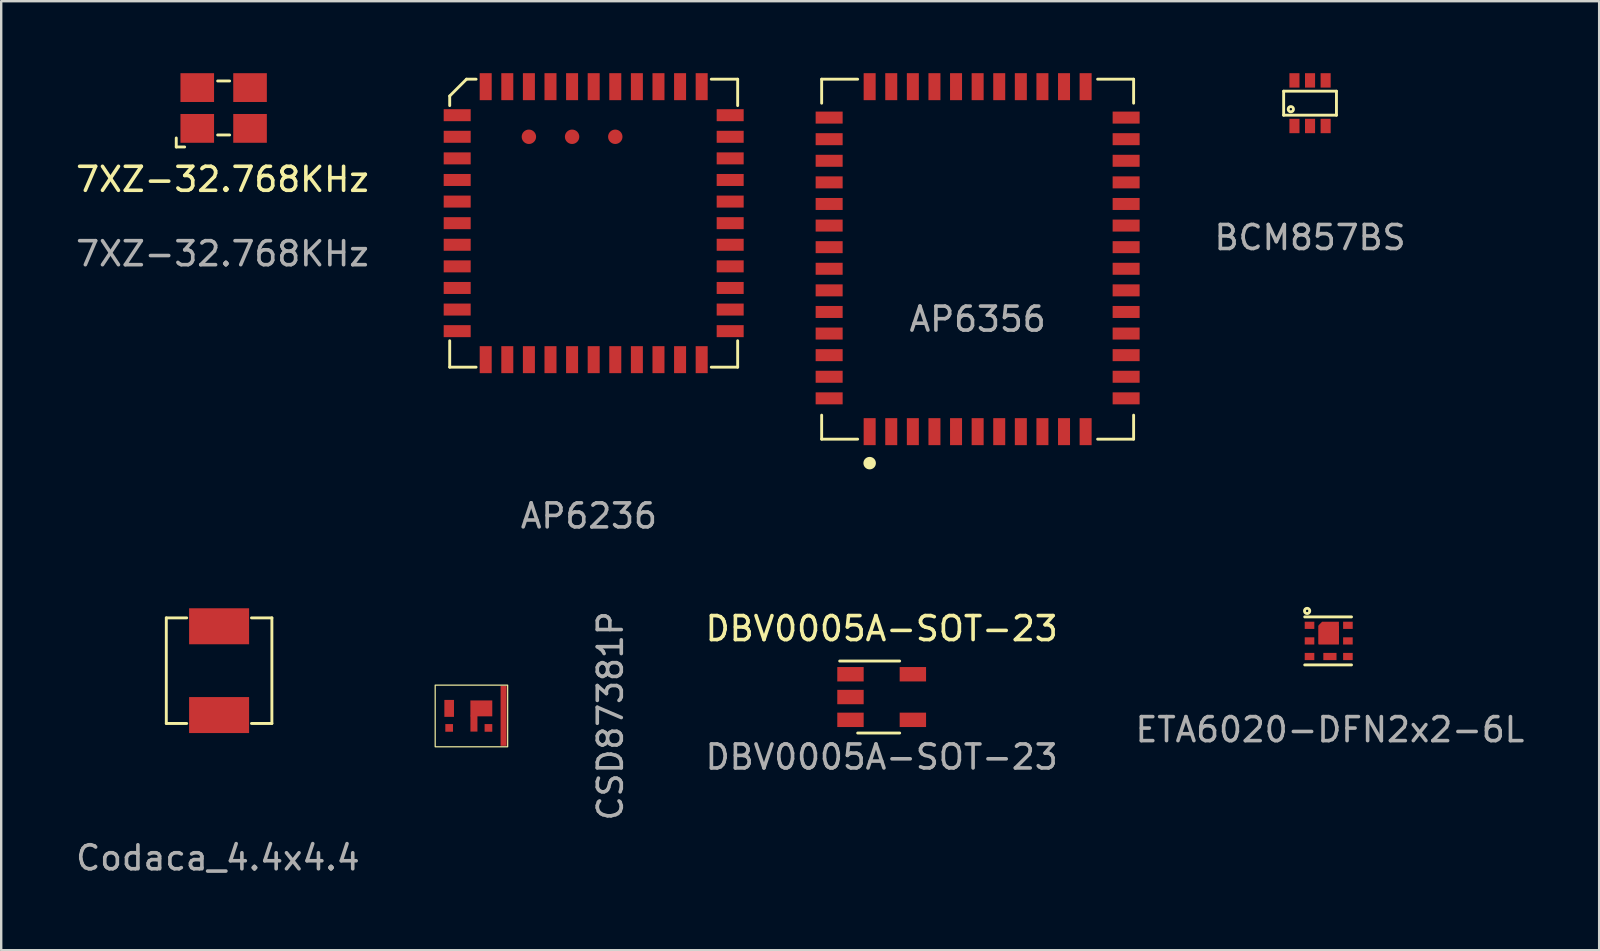
<source format=kicad_pcb>
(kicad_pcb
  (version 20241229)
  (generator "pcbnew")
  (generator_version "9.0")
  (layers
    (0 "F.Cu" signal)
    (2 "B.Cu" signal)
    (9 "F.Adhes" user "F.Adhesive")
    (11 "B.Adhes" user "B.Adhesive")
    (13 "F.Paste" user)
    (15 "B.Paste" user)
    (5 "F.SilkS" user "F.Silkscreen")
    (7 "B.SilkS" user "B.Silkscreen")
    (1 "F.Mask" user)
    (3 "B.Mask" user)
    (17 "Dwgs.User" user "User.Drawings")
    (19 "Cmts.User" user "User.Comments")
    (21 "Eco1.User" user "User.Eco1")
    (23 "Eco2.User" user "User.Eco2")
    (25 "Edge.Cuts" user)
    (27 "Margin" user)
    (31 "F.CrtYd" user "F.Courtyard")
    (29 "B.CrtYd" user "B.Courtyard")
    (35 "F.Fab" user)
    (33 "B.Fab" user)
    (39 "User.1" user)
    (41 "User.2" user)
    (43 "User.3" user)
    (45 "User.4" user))
  (footprint "BCM857BS"
    (layer "F.Cu")
    (at 51.542 1.25)
    (property "Reference" "BCM857BS" (at 0 2.6 0) (unlocked yes) (layer "User.1") (effects (font (size 1 1) (thickness 0.15))))
    (fp_line (start -1.1 -0.5) (end 1.1 -0.5) (stroke (width 0.12) (type solid)) (layer "F.SilkS"))
    (fp_line (start -1.1 0.5) (end -1.1 -0.5) (stroke (width 0.12) (type solid)) (layer "F.SilkS"))
    (fp_line (start -1.1 0.5) (end 1.1 0.5) (stroke (width 0.12) (type solid)) (layer "F.SilkS"))
    (fp_line (start 1.1 0.5) (end 1.1 -0.5) (stroke (width 0.12) (type solid)) (layer "F.SilkS"))
    (fp_circle (center -0.8 0.25) (end -0.75 0.25) (stroke (width 0.12) (type solid)) (fill no) (layer "F.SilkS"))
    (fp_text user "${REFERENCE}" (at 0 5.6 0) (unlocked yes) (layer "F.Fab") (effects (font (size 1 1) (thickness 0.15))))
    (pad "1" smd rect (at -0.65 0.95) (size 0.42 0.6) (layers "F.Cu" "F.Mask" "F.Paste"))
    (pad "2" smd rect (at 0 0.95) (size 0.42 0.6) (layers "F.Cu" "F.Mask" "F.Paste"))
    (pad "3" smd rect (at 0.65 0.95) (size 0.42 0.6) (layers "F.Cu" "F.Mask" "F.Paste"))
    (pad "4" smd rect (at 0.65 -0.95) (size 0.42 0.6) (layers "F.Cu" "F.Mask" "F.Paste"))
    (pad "5" smd rect (at 0 -0.95) (size 0.42 0.6) (layers "F.Cu" "F.Mask" "F.Paste"))
    (pad "6" smd rect (at -0.65 -0.95) (size 0.42 0.6) (layers "F.Cu" "F.Mask" "F.Paste")))
  (footprint "7XZ-32.768KHz"
    (layer "F.Cu")
    (at 6.27 1.45)
    (property "Reference" "7XZ-32.768KHz" (at -0.05 2.975 0) (unlocked yes) (layer "F.SilkS") (effects (font (size 1 1) (thickness 0.15))))
    (fp_line (start -1.975 1.25) (end -1.975 1.625) (stroke (width 0.12) (type solid)) (layer "F.SilkS"))
    (fp_line (start -1.975 1.625) (end -1.625 1.625) (stroke (width 0.12) (type solid)) (layer "F.SilkS"))
    (fp_line (start -0.25 -1.125) (end 0.25 -1.125) (stroke (width 0.12) (type solid)) (layer "F.SilkS"))
    (fp_line (start -0.25 1.125) (end 0.25 1.125) (stroke (width 0.12) (type solid)) (layer "F.SilkS"))
    (fp_text user "${REFERENCE}" (at -0.05 6.075 0) (unlocked yes) (layer "F.Fab") (effects (font (size 1 1) (thickness 0.15))))
    (pad "1" smd rect (at -1.1 0.85) (size 1.4 1.2) (layers "F.Cu" "F.Mask" "F.Paste"))
    (pad "2" smd rect (at 1.1 0.85) (size 1.4 1.2) (layers "F.Cu" "F.Mask" "F.Paste"))
    (pad "3" smd rect (at 1.1 -0.85) (size 1.4 1.2) (layers "F.Cu" "F.Mask" "F.Paste"))
    (pad "4" smd rect (at -1.1 -0.85) (size 1.4 1.2) (layers "F.Cu" "F.Mask" "F.Paste")))
  (footprint "AP6356"
    (layer "F.Cu")
    (at 37.69 7.75)
    (property "Reference" "AP6356" (at 0 -0.5 0) (unlocked yes) (layer "User.1") (effects (font (size 1 1) (thickness 0.15))))
    (fp_line (start -6.5 -7.5) (end -5 -7.5) (stroke (width 0.12) (type solid)) (layer "F.SilkS"))
    (fp_line (start -6.5 -6.5) (end -6.5 -7.5) (stroke (width 0.12) (type solid)) (layer "F.SilkS"))
    (fp_line (start -6.5 6.5) (end -6.5 7.5) (stroke (width 0.12) (type solid)) (layer "F.SilkS"))
    (fp_line (start -6.5 7.5) (end -5 7.5) (stroke (width 0.12) (type solid)) (layer "F.SilkS"))
    (fp_line (start 5 -7.5) (end 6.5 -7.5) (stroke (width 0.12) (type solid)) (layer "F.SilkS"))
    (fp_line (start 5 7.5) (end 6.5 7.5) (stroke (width 0.12) (type solid)) (layer "F.SilkS"))
    (fp_line (start 6.5 -7.5) (end 6.5 -6.5) (stroke (width 0.12) (type solid)) (layer "F.SilkS"))
    (fp_line (start 6.5 7.5) (end 6.5 6.5) (stroke (width 0.12) (type solid)) (layer "F.SilkS"))
    (fp_circle (center -4.5 8.5) (end -4.3 8.5) (stroke (width 0.12) (type solid)) (fill yes) (layer "F.SilkS"))
    (fp_text user "${REFERENCE}" (at 0 2.5 0) (unlocked yes) (layer "F.Fab") (effects (font (size 1 1) (thickness 0.15))))
    (pad "1" smd rect (at -4.5 7.188) (size 0.5 1.125) (layers "F.Cu" "F.Mask" "F.Paste"))
    (pad "2" smd rect (at -3.6 7.188) (size 0.5 1.125) (layers "F.Cu" "F.Mask" "F.Paste"))
    (pad "3" smd rect (at -2.7 7.188) (size 0.5 1.125) (layers "F.Cu" "F.Mask" "F.Paste"))
    (pad "4" smd rect (at -1.8 7.188) (size 0.5 1.125) (layers "F.Cu" "F.Mask" "F.Paste"))
    (pad "5" smd rect (at -0.9 7.188) (size 0.5 1.125) (layers "F.Cu" "F.Mask" "F.Paste"))
    (pad "6" smd rect (at 0 7.188) (size 0.5 1.125) (layers "F.Cu" "F.Mask" "F.Paste"))
    (pad "7" smd rect (at 0.9 7.188) (size 0.5 1.125) (layers "F.Cu" "F.Mask" "F.Paste"))
    (pad "8" smd rect (at 1.8 7.188) (size 0.5 1.125) (layers "F.Cu" "F.Mask" "F.Paste"))
    (pad "9" smd rect (at 2.7 7.188) (size 0.5 1.125) (layers "F.Cu" "F.Mask" "F.Paste"))
    (pad "10" smd rect (at 3.6 7.188) (size 0.5 1.125) (layers "F.Cu" "F.Mask" "F.Paste"))
    (pad "11" smd rect (at 4.5 7.188) (size 0.5 1.125) (layers "F.Cu" "F.Mask" "F.Paste"))
    (pad "12" smd rect (at 6.188 5.8 90) (size 0.5 1.125) (layers "F.Cu" "F.Mask" "F.Paste"))
    (pad "13" smd rect (at 6.188 4.9 90) (size 0.5 1.125) (layers "F.Cu" "F.Mask" "F.Paste"))
    (pad "14" smd rect (at 6.188 4 90) (size 0.5 1.125) (layers "F.Cu" "F.Mask" "F.Paste"))
    (pad "15" smd rect (at 6.188 3.1 90) (size 0.5 1.125) (layers "F.Cu" "F.Mask" "F.Paste"))
    (pad "16" smd rect (at 6.188 2.2 90) (size 0.5 1.125) (layers "F.Cu" "F.Mask" "F.Paste"))
    (pad "17" smd rect (at 6.188 1.3 90) (size 0.5 1.125) (layers "F.Cu" "F.Mask" "F.Paste"))
    (pad "18" smd rect (at 6.188 0.4 90) (size 0.5 1.125) (layers "F.Cu" "F.Mask" "F.Paste"))
    (pad "19" smd rect (at 6.188 -0.5 90) (size 0.5 1.125) (layers "F.Cu" "F.Mask" "F.Paste"))
    (pad "20" smd rect (at 6.188 -1.4 90) (size 0.5 1.125) (layers "F.Cu" "F.Mask" "F.Paste"))
    (pad "21" smd rect (at 6.188 -2.3 90) (size 0.5 1.125) (layers "F.Cu" "F.Mask" "F.Paste"))
    (pad "22" smd rect (at 6.188 -3.2 90) (size 0.5 1.125) (layers "F.Cu" "F.Mask" "F.Paste"))
    (pad "23" smd rect (at 6.188 -4.1 90) (size 0.5 1.125) (layers "F.Cu" "F.Mask" "F.Paste"))
    (pad "24" smd rect (at 6.188 -5 90) (size 0.5 1.125) (layers "F.Cu" "F.Mask" "F.Paste"))
    (pad "25" smd rect (at 6.188 -5.9 90) (size 0.5 1.125) (layers "F.Cu" "F.Mask" "F.Paste"))
    (pad "26" smd rect (at 4.5 -7.188) (size 0.5 1.125) (layers "F.Cu" "F.Mask" "F.Paste"))
    (pad "27" smd rect (at 3.6 -7.188) (size 0.5 1.125) (layers "F.Cu" "F.Mask" "F.Paste"))
    (pad "28" smd rect (at 2.7 -7.188) (size 0.5 1.125) (layers "F.Cu" "F.Mask" "F.Paste"))
    (pad "29" smd rect (at 1.8 -7.188) (size 0.5 1.125) (layers "F.Cu" "F.Mask" "F.Paste"))
    (pad "30" smd rect (at 0.9 -7.188) (size 0.5 1.125) (layers "F.Cu" "F.Mask" "F.Paste"))
    (pad "31" smd rect (at 0 -7.188) (size 0.5 1.125) (layers "F.Cu" "F.Mask" "F.Paste"))
    (pad "32" smd rect (at -0.9 -7.188) (size 0.5 1.125) (layers "F.Cu" "F.Mask" "F.Paste"))
    (pad "33" smd rect (at -1.8 -7.188) (size 0.5 1.125) (layers "F.Cu" "F.Mask" "F.Paste"))
    (pad "34" smd rect (at -2.7 -7.188) (size 0.5 1.125) (layers "F.Cu" "F.Mask" "F.Paste"))
    (pad "35" smd rect (at -3.6 -7.188) (size 0.5 1.125) (layers "F.Cu" "F.Mask" "F.Paste"))
    (pad "36" smd rect (at -4.5 -7.188) (size 0.5 1.125) (layers "F.Cu" "F.Mask" "F.Paste"))
    (pad "37" smd rect (at -6.188 -5.9 90) (size 0.5 1.125) (layers "F.Cu" "F.Mask" "F.Paste"))
    (pad "38" smd rect (at -6.188 -5 90) (size 0.5 1.125) (layers "F.Cu" "F.Mask" "F.Paste"))
    (pad "39" smd rect (at -6.188 -4.1 90) (size 0.5 1.125) (layers "F.Cu" "F.Mask" "F.Paste"))
    (pad "40" smd rect (at -6.188 -3.2 90) (size 0.5 1.125) (layers "F.Cu" "F.Mask" "F.Paste"))
    (pad "41" smd rect (at -6.188 -2.3 90) (size 0.5 1.125) (layers "F.Cu" "F.Mask" "F.Paste"))
    (pad "42" smd rect (at -6.188 -1.4 90) (size 0.5 1.125) (layers "F.Cu" "F.Mask" "F.Paste"))
    (pad "43" smd rect (at -6.188 -0.5 90) (size 0.5 1.125) (layers "F.Cu" "F.Mask" "F.Paste"))
    (pad "44" smd rect (at -6.188 0.4 90) (size 0.5 1.125) (layers "F.Cu" "F.Mask" "F.Paste"))
    (pad "45" smd rect (at -6.188 1.3 90) (size 0.5 1.125) (layers "F.Cu" "F.Mask" "F.Paste"))
    (pad "46" smd rect (at -6.188 2.2 90) (size 0.5 1.125) (layers "F.Cu" "F.Mask" "F.Paste"))
    (pad "47" smd rect (at -6.188 3.1 90) (size 0.5 1.125) (layers "F.Cu" "F.Mask" "F.Paste"))
    (pad "48" smd rect (at -6.188 4 90) (size 0.5 1.125) (layers "F.Cu" "F.Mask" "F.Paste"))
    (pad "49" smd rect (at -6.188 4.9 90) (size 0.5 1.125) (layers "F.Cu" "F.Mask" "F.Paste"))
    (pad "50" smd rect (at -6.188 5.8 90) (size 0.5 1.125) (layers "F.Cu" "F.Mask" "F.Paste")))
  (footprint "DBV0005A-SOT-23"
    (layer "F.Cu")
    (at 33.691 25.997)
    (property "Reference" "DBV0005A-SOT-23" (at 0 -2.85 0) (unlocked yes) (layer "F.SilkS") (effects (font (size 1 1) (thickness 0.15))))
    (fp_line (start -1.75 -1.5) (end 0.75 -1.5) (stroke (width 0.12) (type solid)) (layer "F.SilkS"))
    (fp_line (start -1 1.5) (end 0.75 1.5) (stroke (width 0.12) (type solid)) (layer "F.SilkS"))
    (fp_text user "${REFERENCE}" (at 0 2.5 0) (unlocked yes) (layer "F.Fab") (effects (font (size 1 1) (thickness 0.15))))
    (pad "1" smd rect (at -1.3 -0.95) (size 1.1 0.6) (layers "F.Cu" "F.Mask" "F.Paste"))
    (pad "2" smd rect (at -1.3 0) (size 1.1 0.6) (layers "F.Cu" "F.Mask" "F.Paste"))
    (pad "3" smd rect (at -1.3 0.95) (size 1.1 0.6) (layers "F.Cu" "F.Mask" "F.Paste"))
    (pad "4" smd rect (at 1.3 0.95) (size 1.1 0.6) (layers "F.Cu" "F.Mask" "F.Paste"))
    (pad "5" smd rect (at 1.3 -0.95) (size 1.1 0.6) (layers "F.Cu" "F.Mask" "F.Paste")))
  (footprint "Codaca_4.4x4.4"
    (layer "F.Cu")
    (at 6.08 24.898)
    (property "Reference" "Codaca_4.4x4.4" (at -0.05 4.8 0) (unlocked yes) (layer "User.1") (effects (font (size 1 1) (thickness 0.15))))
    (fp_line (start -2.2 -2.2) (end -1.35 -2.2) (stroke (width 0.12) (type solid)) (layer "F.SilkS"))
    (fp_line (start -2.2 2.2) (end -2.2 -2.2) (stroke (width 0.12) (type solid)) (layer "F.SilkS"))
    (fp_line (start -2.2 2.2) (end -1.35 2.2) (stroke (width 0.12) (type solid)) (layer "F.SilkS"))
    (fp_line (start 2.2 -2.2) (end 1.35 -2.2) (stroke (width 0.12) (type solid)) (layer "F.SilkS"))
    (fp_line (start 2.2 2.2) (end 1.35 2.2) (stroke (width 0.12) (type solid)) (layer "F.SilkS"))
    (fp_line (start 2.2 2.2) (end 2.2 -2.2) (stroke (width 0.12) (type solid)) (layer "F.SilkS"))
    (fp_text user "${REFERENCE}" (at -0.05 7.8 0) (unlocked yes) (layer "F.Fab") (effects (font (size 1 1) (thickness 0.15))))
    (pad "1" smd rect (at 0 1.85) (size 2.5 1.5) (layers "F.Cu" "F.Mask" "F.Paste"))
    (pad "2" smd rect (at 0 -1.85) (size 2.5 1.5) (layers "F.Cu" "F.Mask" "F.Paste")))
  (footprint "AP6236"
    (layer "F.Cu")
    (at 21.69 6.25)
    (property "Reference" "AP6236" (at -0.2 9.2 0) (unlocked yes) (layer "User.1") (effects (font (size 1 1) (thickness 0.15))))
    (fp_line (start -6 -5.3) (end -5.3 -6) (stroke (width 0.12) (type solid)) (layer "F.SilkS"))
    (fp_line (start -6 -4.9) (end -6 -5.3) (stroke (width 0.12) (type solid)) (layer "F.SilkS"))
    (fp_line (start -6 6) (end -6 4.9) (stroke (width 0.12) (type solid)) (layer "F.SilkS"))
    (fp_line (start -5.3 -6) (end -4.9 -6) (stroke (width 0.12) (type solid)) (layer "F.SilkS"))
    (fp_line (start -4.9 6) (end -6 6) (stroke (width 0.12) (type solid)) (layer "F.SilkS"))
    (fp_line (start 4.9 6) (end 6 6) (stroke (width 0.12) (type solid)) (layer "F.SilkS"))
    (fp_line (start 6 -6) (end 4.9 -6) (stroke (width 0.12) (type solid)) (layer "F.SilkS"))
    (fp_line (start 6 -6) (end 6 -4.9) (stroke (width 0.12) (type solid)) (layer "F.SilkS"))
    (fp_line (start 6 6) (end 6 4.9) (stroke (width 0.12) (type solid)) (layer "F.SilkS"))
    (fp_text user "${REFERENCE}" (at -0.2 12.2 0) (unlocked yes) (layer "F.Fab") (effects (font (size 1 1) (thickness 0.15))))
    (pad "1" smd rect (at -5.688 -4.5) (size 1.125 0.5) (layers "F.Cu" "F.Mask" "F.Paste"))
    (pad "2" smd rect (at -5.688 -3.6) (size 1.125 0.5) (layers "F.Cu" "F.Mask" "F.Paste"))
    (pad "3" smd rect (at -5.688 -2.7) (size 1.125 0.5) (layers "F.Cu" "F.Mask" "F.Paste"))
    (pad "4" smd rect (at -5.688 -1.8) (size 1.125 0.5) (layers "F.Cu" "F.Mask" "F.Paste"))
    (pad "5" smd rect (at -5.688 -0.9) (size 1.125 0.5) (layers "F.Cu" "F.Mask" "F.Paste"))
    (pad "6" smd rect (at -5.688 0) (size 1.125 0.5) (layers "F.Cu" "F.Mask" "F.Paste"))
    (pad "7" smd rect (at -5.688 0.9) (size 1.125 0.5) (layers "F.Cu" "F.Mask" "F.Paste"))
    (pad "8" smd rect (at -5.688 1.8) (size 1.125 0.5) (layers "F.Cu" "F.Mask" "F.Paste"))
    (pad "9" smd rect (at -5.688 2.7) (size 1.125 0.5) (layers "F.Cu" "F.Mask" "F.Paste"))
    (pad "10" smd rect (at -5.688 3.6) (size 1.125 0.5) (layers "F.Cu" "F.Mask" "F.Paste"))
    (pad "11" smd rect (at -5.688 4.5) (size 1.125 0.5) (layers "F.Cu" "F.Mask" "F.Paste"))
    (pad "12" smd rect (at -4.5 5.688 90) (size 1.125 0.5) (layers "F.Cu" "F.Mask" "F.Paste"))
    (pad "13" smd rect (at -3.6 5.688 90) (size 1.125 0.5) (layers "F.Cu" "F.Mask" "F.Paste"))
    (pad "14" smd rect (at -2.7 5.688 90) (size 1.125 0.5) (layers "F.Cu" "F.Mask" "F.Paste"))
    (pad "15" smd rect (at -1.8 5.688 90) (size 1.125 0.5) (layers "F.Cu" "F.Mask" "F.Paste"))
    (pad "16" smd rect (at -0.9 5.688 90) (size 1.125 0.5) (layers "F.Cu" "F.Mask" "F.Paste"))
    (pad "17" smd rect (at 0 5.688 90) (size 1.125 0.5) (layers "F.Cu" "F.Mask" "F.Paste"))
    (pad "18" smd rect (at 0.9 5.688 90) (size 1.125 0.5) (layers "F.Cu" "F.Mask" "F.Paste"))
    (pad "19" smd rect (at 1.8 5.688 90) (size 1.125 0.5) (layers "F.Cu" "F.Mask" "F.Paste"))
    (pad "20" smd rect (at 2.7 5.688 90) (size 1.125 0.5) (layers "F.Cu" "F.Mask" "F.Paste"))
    (pad "21" smd rect (at 3.6 5.688 90) (size 1.125 0.5) (layers "F.Cu" "F.Mask" "F.Paste"))
    (pad "22" smd rect (at 4.5 5.688 90) (size 1.125 0.5) (layers "F.Cu" "F.Mask" "F.Paste"))
    (pad "23" smd rect (at 5.688 4.5 180) (size 1.125 0.5) (layers "F.Cu" "F.Mask" "F.Paste"))
    (pad "24" smd rect (at 5.688 3.6 180) (size 1.125 0.5) (layers "F.Cu" "F.Mask" "F.Paste"))
    (pad "25" smd rect (at 5.688 2.7 180) (size 1.125 0.5) (layers "F.Cu" "F.Mask" "F.Paste"))
    (pad "26" smd rect (at 5.688 1.8 180) (size 1.125 0.5) (layers "F.Cu" "F.Mask" "F.Paste"))
    (pad "27" smd rect (at 5.688 0.9 180) (size 1.125 0.5) (layers "F.Cu" "F.Mask" "F.Paste"))
    (pad "28" smd rect (at 5.688 0 180) (size 1.125 0.5) (layers "F.Cu" "F.Mask" "F.Paste"))
    (pad "29" smd rect (at 5.688 -0.9 180) (size 1.125 0.5) (layers "F.Cu" "F.Mask" "F.Paste"))
    (pad "30" smd rect (at 5.688 -1.8 180) (size 1.125 0.5) (layers "F.Cu" "F.Mask" "F.Paste"))
    (pad "31" smd rect (at 5.688 -2.7 180) (size 1.125 0.5) (layers "F.Cu" "F.Mask" "F.Paste"))
    (pad "32" smd rect (at 5.688 -3.6 180) (size 1.125 0.5) (layers "F.Cu" "F.Mask" "F.Paste"))
    (pad "33" smd rect (at 5.688 -4.5) (size 1.125 0.5) (layers "F.Cu" "F.Mask" "F.Paste"))
    (pad "34" smd rect (at 4.5 -5.688 270) (size 1.125 0.5) (layers "F.Cu" "F.Mask" "F.Paste"))
    (pad "35" smd rect (at 3.6 -5.688 270) (size 1.125 0.5) (layers "F.Cu" "F.Mask" "F.Paste"))
    (pad "36" smd rect (at 2.7 -5.688 270) (size 1.125 0.5) (layers "F.Cu" "F.Mask" "F.Paste"))
    (pad "37" smd rect (at 1.8 -5.688 270) (size 1.125 0.5) (layers "F.Cu" "F.Mask" "F.Paste"))
    (pad "38" smd rect (at 0.9 -5.688 270) (size 1.125 0.5) (layers "F.Cu" "F.Mask" "F.Paste"))
    (pad "39" smd rect (at 0 -5.688 270) (size 1.125 0.5) (layers "F.Cu" "F.Mask" "F.Paste"))
    (pad "40" smd rect (at -0.9 -5.688 270) (size 1.125 0.5) (layers "F.Cu" "F.Mask" "F.Paste"))
    (pad "41" smd rect (at -1.8 -5.688 270) (size 1.125 0.5) (layers "F.Cu" "F.Mask" "F.Paste"))
    (pad "42" smd rect (at -2.7 -5.688 270) (size 1.125 0.5) (layers "F.Cu" "F.Mask" "F.Paste"))
    (pad "43" smd rect (at -3.6 -5.688 270) (size 1.125 0.5) (layers "F.Cu" "F.Mask" "F.Paste"))
    (pad "44" smd rect (at -4.5 -5.688 270) (size 1.125 0.5) (layers "F.Cu" "F.Mask" "F.Paste"))
    (pad "45" smd circle (at 0.9 -3.6 270) (size 0.6 0.6) (layers "F.Cu" "F.Mask" "F.Paste"))
    (pad "46" smd circle (at -0.9 -3.6 270) (size 0.6 0.6) (layers "F.Cu" "F.Mask" "F.Paste"))
    (pad "47" smd circle (at -2.7 -3.6 270) (size 0.6 0.6) (layers "F.Cu" "F.Mask" "F.Paste")))
  (footprint "ETA6020-DFN2x2-6L"
    (layer "F.Cu")
    (at 52.37 23.658)
    (property "Reference" "ETA6020-DFN2x2-6L" (at 0 2.2 0) (unlocked yes) (layer "User.1") (effects (font (size 1 1) (thickness 0.15))))
    (fp_poly (pts (xy 0.375 0.15) (xy -0.475 0.15) (xy -0.475 -0.65) (xy -0.325 -0.8) (xy 0.375 -0.8)) (stroke (width 0) (type solid)) (fill yes) (layer "F.Cu"))
    (fp_line (start -1.05 -1) (end 0.9 -1) (stroke (width 0.12) (type solid)) (layer "F.SilkS"))
    (fp_line (start -1.05 1) (end 0.9 1) (stroke (width 0.12) (type solid)) (layer "F.SilkS"))
    (fp_circle (center -0.95 -1.25) (end -0.9 -1.25) (stroke (width 0.12) (type solid)) (fill no) (layer "F.SilkS"))
    (fp_text user "${REFERENCE}" (at 0 3.7 0) (unlocked yes) (layer "F.Fab") (effects (font (size 1 1) (thickness 0.15))))
    (pad "1" smd rect (at -0.85 -0.65) (size 0.4 0.3) (layers "F.Cu" "F.Mask" "F.Paste"))
    (pad "2" smd rect (at -0.85 0) (size 0.4 0.3) (layers "F.Cu" "F.Mask" "F.Paste"))
    (pad "3" smd rect (at -0.85 0.65) (size 0.4 0.3) (layers "F.Cu" "F.Mask" "F.Paste"))
    (pad "4" smd rect (at 0.75 0.65) (size 0.4 0.3) (layers "F.Cu" "F.Mask" "F.Paste"))
    (pad "5" smd rect (at 0.75 0) (size 0.4 0.3) (layers "F.Cu" "F.Mask" "F.Paste"))
    (pad "6" smd rect (at 0.75 -0.65) (size 0.4 0.3) (layers "F.Cu" "F.Mask" "F.Paste"))
    (pad "7" smd rect (at -0.05 -0.25) (size 0.85 0.75) (layers "F.Cu" "F.Mask" "F.Paste"))
    (pad "7" smd rect (at 0 0.65) (size 0.55 0.3) (layers "F.Cu" "F.Mask" "F.Paste")))
  (footprint "CSD87381P"
    (layer "F.Cu")
    (at 16.585 26.78)
    (property "Reference" "CSD87381P" (at 2.8 0 90) (unlocked yes) (layer "User.1") (effects (font (size 1 1) (thickness 0.15))))
    (fp_rect (start -1.5 -1.28) (end 1.52 1.29) (stroke (width 0.05) (type solid)) (fill no) (layer "F.SilkS"))
    (fp_text user "${REFERENCE}" (at 5.8 0 90) (unlocked yes) (layer "F.Fab") (effects (font (size 1 1) (thickness 0.15))))
    (pad "1" smd rect (at -0.918 0.503) (size 0.32 0.32) (layers "F.Cu" "F.Mask" "F.Paste"))
    (pad "2" smd rect (at -0.917 -0.31) (size 0.401 0.706) (layers "F.Cu" "F.Mask" "F.Paste"))
    (pad "3" smd rect (at 0.115 0.325) (size 0.292 0.663) (layers "F.Cu" "F.Mask" "F.Paste"))
    (pad "3" smd rect (at 0.423 -0.31) (size 0.912 0.663) (layers "F.Cu" "F.Mask" "F.Paste"))
    (pad "4" smd rect (at 0.719 0.503) (size 0.32 0.32) (layers "F.Cu" "F.Mask" "F.Paste"))
    (pad "5" smd rect (at 1.35 0) (size 0.25 2.5) (layers "F.Cu" "F.Mask" "F.Paste")))
  (gr_rect
    (start -3 -3)
    (end 63.59 36.547)
    (stroke (width 0.1) (type default))
    (fill no)
    (layer "Edge.Cuts")))
</source>
